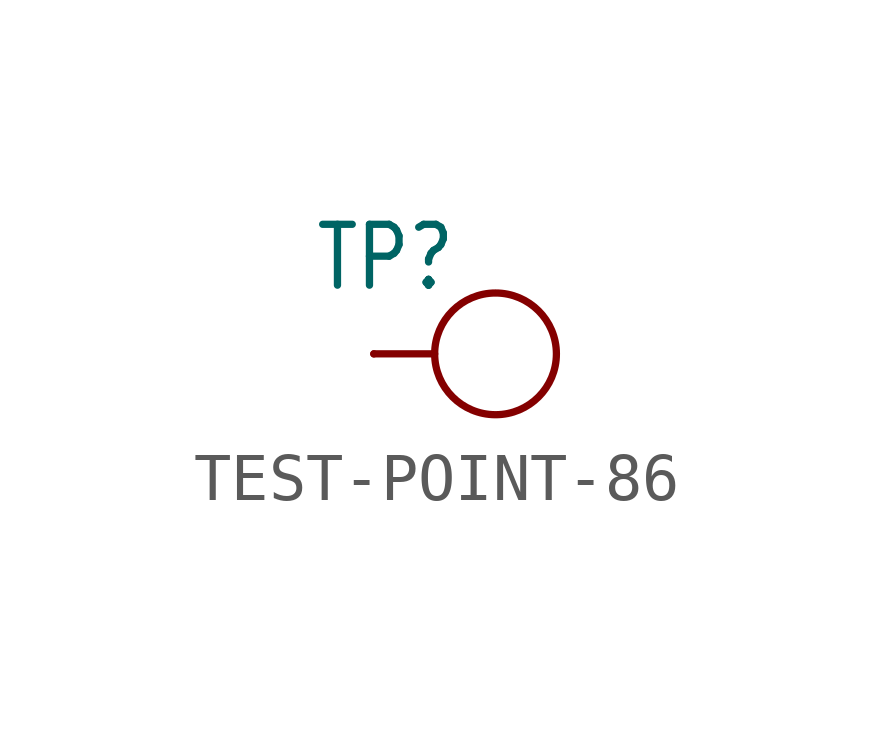
<source format=kicad_sym>
(kicad_symbol_lib
  (version 20241209)
  (generator "kicad_symbol_editor")
  (generator_version "9.0")
  (symbol "TEST-POINT-86"
    (property "Reference" "TP"
      (at -3.81 1.27 0)
      (effects (font (size 1.27 1.079)) (justify left bottom)))
    (property "ki_locked" ""
      (at 0 0 0)
      (effects (font (size 1.27 1.27))))
    (symbol "TEST-POINT-86_1_0"
      (polyline (pts (xy -2.54 0) (xy -1.27 0)) (stroke (width 0.152) (type solid)) (fill (type none)))
      (circle (center 0 0) (radius 1.27) (stroke (width 0.152) (type solid)) (fill (type none)))
      (pin bidirectional line (at -2.54 0 0) (length 0) (name "T" (effects (font (size 0 0)))) (number "T" (effects (font (size 0 0))))))))
</source>
